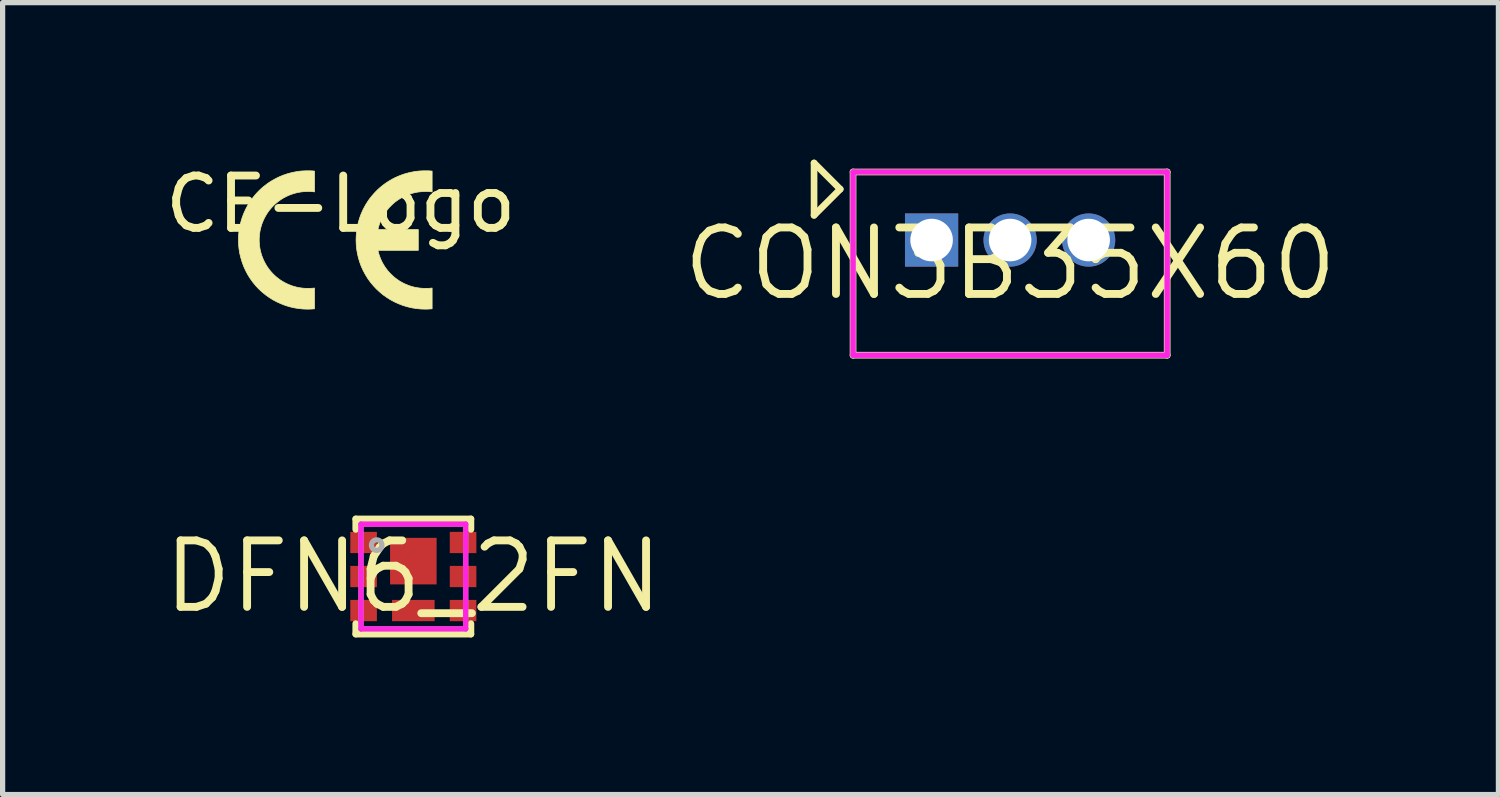
<source format=kicad_pcb>
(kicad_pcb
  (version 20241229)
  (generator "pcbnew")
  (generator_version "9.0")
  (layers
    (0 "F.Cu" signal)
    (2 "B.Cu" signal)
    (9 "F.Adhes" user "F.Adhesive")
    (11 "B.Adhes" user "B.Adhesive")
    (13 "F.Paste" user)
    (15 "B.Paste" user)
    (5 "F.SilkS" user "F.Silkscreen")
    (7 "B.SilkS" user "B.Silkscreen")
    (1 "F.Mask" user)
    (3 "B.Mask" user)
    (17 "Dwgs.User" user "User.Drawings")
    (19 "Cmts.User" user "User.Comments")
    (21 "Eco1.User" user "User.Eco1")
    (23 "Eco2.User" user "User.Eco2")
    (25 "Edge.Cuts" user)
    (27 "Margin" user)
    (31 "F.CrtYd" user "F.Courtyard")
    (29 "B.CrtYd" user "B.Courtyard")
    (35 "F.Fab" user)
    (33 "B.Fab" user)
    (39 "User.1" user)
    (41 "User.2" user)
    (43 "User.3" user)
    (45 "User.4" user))
  (footprint "DFN6_2FN"
    (layer "F.Cu")
    (at 4.845 7.962)
    (property "Reference" "DFN6_2FN" (at 0 0 0) (layer "F.SilkS") (effects (font (size 1.27 1.27) (thickness 0.15))))
    (fp_line (start -1.1 -1.1) (end -1.1 -0.9) (stroke (width 0.127) (type solid)) (layer "F.SilkS"))
    (fp_line (start -1.1 0.9) (end -1.1 1.1) (stroke (width 0.127) (type solid)) (layer "F.SilkS"))
    (fp_line (start -1.1 1.1) (end 1.1 1.1) (stroke (width 0.127) (type solid)) (layer "F.SilkS"))
    (fp_line (start 1.1 -1.1) (end -1.1 -1.1) (stroke (width 0.127) (type solid)) (layer "F.SilkS"))
    (fp_line (start 1.1 -0.9) (end 1.1 -1.1) (stroke (width 0.127) (type solid)) (layer "F.SilkS"))
    (fp_line (start 1.1 1.1) (end 1.1 0.9) (stroke (width 0.127) (type solid)) (layer "F.SilkS"))
    (fp_line (start -1 -1) (end 1 -1) (stroke (width 0.1) (type solid)) (layer "F.CrtYd"))
    (fp_line (start -1 1) (end -1 -1) (stroke (width 0.1) (type solid)) (layer "F.CrtYd"))
    (fp_line (start 1 -1) (end 1 1) (stroke (width 0.1) (type solid)) (layer "F.CrtYd"))
    (fp_line (start 1 1) (end -1 1) (stroke (width 0.1) (type solid)) (layer "F.CrtYd"))
    (fp_line (start -1 -1) (end -1 1) (stroke (width 0.1) (type solid)) (layer "F.Fab"))
    (fp_line (start -1 1) (end 1 1) (stroke (width 0.1) (type solid)) (layer "F.Fab"))
    (fp_line (start 1 -1) (end -1 -1) (stroke (width 0.1) (type solid)) (layer "F.Fab"))
    (fp_line (start 1 1) (end 1 -1) (stroke (width 0.1) (type solid)) (layer "F.Fab"))
    (fp_arc (start -0.799973 -0.600024) (mid -0.600017 -0.600002) (end -0.799973 -0.600024) (stroke (width 0.1) (type solid)) (layer "F.Fab"))
    (pad "1" smd rect (at -0.95 -0.65 90) (size 0.406 0.508) (layers "F.Cu" "F.Mask" "F.Paste"))
    (pad "2" smd rect (at -0.95 0 90) (size 0.406 0.508) (layers "F.Cu" "F.Mask" "F.Paste"))
    (pad "3" smd rect (at -0.95 0.65 90) (size 0.406 0.508) (layers "F.Cu" "F.Mask" "F.Paste"))
    (pad "4" smd rect (at 0.95 0.65 90) (size 0.406 0.508) (layers "F.Cu" "F.Mask" "F.Paste"))
    (pad "5" smd rect (at 0.95 0 90) (size 0.406 0.508) (layers "F.Cu" "F.Mask" "F.Paste"))
    (pad "6" smd rect (at 0.95 -0.65 90) (size 0.406 0.508) (layers "F.Cu" "F.Mask" "F.Paste"))
    (pad "7" smd rect (at 0 -0.294 90) (size 0.889 0.889) (layers "F.Cu" "F.Mask" "F.Paste"))
    (pad "8" smd rect (at 0 0.65 90) (size 0.406 0.813) (layers "F.Cu" "F.Mask" "F.Paste")))
  (footprint "CE-Logo"
    (layer "F.Cu")
    (at 3.458 1.348)
    (property "Reference" "CE-Logo" (at 0 -0.5 0) (unlocked yes) (layer "F.SilkS") (effects (font (size 1 1) (thickness 0.15))))
    (attr exclude_from_pos_files exclude_from_bom)
    (fp_poly (pts (xy 1.746 1.5) (xy 1.73 1.502) (xy 1.713 1.503) (xy 1.697 1.504) (xy 1.68 1.505) (xy 1.664 1.506) (xy 1.647 1.506) (xy 1.631 1.507) (xy 1.614 1.507) (xy 1.526 1.504) (xy 1.439 1.495) (xy 1.354 1.481) (xy 1.27 1.461) (xy 1.187 1.436) (xy 1.107 1.405) (xy 1.029 1.37) (xy 0.954 1.33) (xy 0.881 1.284) (xy 0.811 1.235) (xy 0.745 1.18) (xy 0.682 1.122) (xy 0.623 1.059) (xy 0.567 0.992) (xy 0.516 0.921) (xy 0.47 0.846) (xy 0.428 0.768) (xy 0.392 0.689) (xy 0.362 0.607) (xy 0.337 0.524) (xy 0.318 0.441) (xy 0.304 0.356) (xy 0.296 0.271) (xy 0.293 0.185) (xy 0.296 0.1) (xy 0.304 0.014) (xy 0.318 -0.07) (xy 0.337 -0.154) (xy 0.362 -0.237) (xy 0.392 -0.318) (xy 0.428 -0.398) (xy 0.47 -0.476) (xy 0.493 -0.513) (xy 0.516 -0.55) (xy 0.541 -0.586) (xy 0.567 -0.621) (xy 0.595 -0.655) (xy 0.623 -0.688) (xy 0.652 -0.72) (xy 0.682 -0.751) (xy 0.713 -0.781) (xy 0.745 -0.81) (xy 0.778 -0.838) (xy 0.811 -0.864) (xy 0.846 -0.89) (xy 0.881 -0.914) (xy 0.917 -0.937) (xy 0.954 -0.959) (xy 0.991 -0.98) (xy 1.029 -1) (xy 1.068 -1.018) (xy 1.107 -1.035) (xy 1.147 -1.051) (xy 1.187 -1.065) (xy 1.228 -1.079) (xy 1.27 -1.09) (xy 1.311 -1.101) (xy 1.354 -1.11) (xy 1.396 -1.118) (xy 1.439 -1.125) (xy 1.483 -1.13) (xy 1.526 -1.133) (xy 1.57 -1.135) (xy 1.614 -1.136) (xy 1.631 -1.136) (xy 1.647 -1.136) (xy 1.664 -1.135) (xy 1.68 -1.135) (xy 1.697 -1.134) (xy 1.713 -1.133) (xy 1.73 -1.131) (xy 1.746 -1.13) (xy 1.746 -0.733) (xy 1.73 -0.735) (xy 1.713 -0.737) (xy 1.697 -0.738) (xy 1.68 -0.739) (xy 1.664 -0.74) (xy 1.647 -0.74) (xy 1.631 -0.74) (xy 1.614 -0.74) (xy 1.574 -0.739) (xy 1.534 -0.736) (xy 1.494 -0.732) (xy 1.455 -0.726) (xy 1.416 -0.718) (xy 1.378 -0.709) (xy 1.34 -0.698) (xy 1.303 -0.686) (xy 1.267 -0.672) (xy 1.231 -0.657) (xy 1.162 -0.622) (xy 1.096 -0.581) (xy 1.034 -0.536) (xy 0.977 -0.485) (xy 0.923 -0.43) (xy 0.874 -0.37) (xy 0.851 -0.338) (xy 0.83 -0.306) (xy 0.81 -0.272) (xy 0.791 -0.238) (xy 0.774 -0.202) (xy 0.758 -0.166) (xy 0.744 -0.129) (xy 0.731 -0.091) (xy 0.72 -0.052) (xy 0.711 -0.013) (xy 1.482 -0.013) (xy 1.482 0.383) (xy 0.711 0.383) (xy 0.72 0.423) (xy 0.731 0.462) (xy 0.744 0.499) (xy 0.758 0.536) (xy 0.774 0.573) (xy 0.791 0.608) (xy 0.81 0.643) (xy 0.83 0.676) (xy 0.851 0.709) (xy 0.874 0.74) (xy 0.898 0.771) (xy 0.923 0.8) (xy 0.949 0.828) (xy 0.977 0.855) (xy 1.005 0.881) (xy 1.034 0.906) (xy 1.065 0.929) (xy 1.096 0.952) (xy 1.129 0.973) (xy 1.162 0.992) (xy 1.196 1.01) (xy 1.231 1.027) (xy 1.267 1.042) (xy 1.303 1.056) (xy 1.34 1.069) (xy 1.378 1.08) (xy 1.416 1.089) (xy 1.455 1.096) (xy 1.494 1.102) (xy 1.534 1.107) (xy 1.574 1.109) (xy 1.614 1.11) (xy 1.631 1.11) (xy 1.647 1.11) (xy 1.664 1.11) (xy 1.68 1.109) (xy 1.697 1.108) (xy 1.713 1.107) (xy 1.73 1.105) (xy 1.746 1.104) (xy 1.746 1.5)) (stroke (width 0.013) (type solid)) (fill yes) (layer "F.SilkS"))
    (fp_poly (pts (xy -0.5 1.5) (xy -0.516 1.502) (xy -0.533 1.503) (xy -0.549 1.504) (xy -0.566 1.505) (xy -0.583 1.506) (xy -0.599 1.506) (xy -0.616 1.507) (xy -0.632 1.507) (xy -0.72 1.504) (xy -0.807 1.495) (xy -0.893 1.481) (xy -0.977 1.461) (xy -1.059 1.436) (xy -1.139 1.405) (xy -1.217 1.37) (xy -1.293 1.33) (xy -1.366 1.284) (xy -1.435 1.235) (xy -1.502 1.18) (xy -1.565 1.122) (xy -1.624 1.059) (xy -1.679 0.992) (xy -1.73 0.921) (xy -1.777 0.846) (xy -1.818 0.768) (xy -1.854 0.689) (xy -1.884 0.607) (xy -1.909 0.524) (xy -1.929 0.441) (xy -1.943 0.356) (xy -1.951 0.271) (xy -1.954 0.185) (xy -1.951 0.1) (xy -1.943 0.014) (xy -1.929 -0.07) (xy -1.909 -0.154) (xy -1.884 -0.237) (xy -1.854 -0.318) (xy -1.818 -0.398) (xy -1.777 -0.476) (xy -1.754 -0.513) (xy -1.73 -0.55) (xy -1.705 -0.586) (xy -1.679 -0.621) (xy -1.652 -0.655) (xy -1.624 -0.688) (xy -1.595 -0.72) (xy -1.565 -0.751) (xy -1.534 -0.781) (xy -1.502 -0.81) (xy -1.469 -0.838) (xy -1.435 -0.864) (xy -1.401 -0.89) (xy -1.366 -0.914) (xy -1.33 -0.937) (xy -1.293 -0.959) (xy -1.255 -0.98) (xy -1.217 -1) (xy -1.179 -1.018) (xy -1.139 -1.035) (xy -1.1 -1.051) (xy -1.059 -1.065) (xy -1.018 -1.079) (xy -0.977 -1.09) (xy -0.935 -1.101) (xy -0.893 -1.11) (xy -0.85 -1.118) (xy -0.807 -1.125) (xy -0.764 -1.13) (xy -0.72 -1.133) (xy -0.676 -1.135) (xy -0.632 -1.136) (xy -0.616 -1.136) (xy -0.599 -1.136) (xy -0.583 -1.135) (xy -0.566 -1.135) (xy -0.549 -1.134) (xy -0.533 -1.133) (xy -0.516 -1.131) (xy -0.5 -1.13) (xy -0.5 -0.733) (xy -0.516 -0.735) (xy -0.533 -0.737) (xy -0.549 -0.738) (xy -0.566 -0.739) (xy -0.582 -0.74) (xy -0.599 -0.74) (xy -0.616 -0.74) (xy -0.632 -0.74) (xy -0.694 -0.738) (xy -0.755 -0.732) (xy -0.815 -0.722) (xy -0.873 -0.708) (xy -0.931 -0.69) (xy -0.987 -0.669) (xy -1.042 -0.644) (xy -1.095 -0.616) (xy -1.146 -0.584) (xy -1.194 -0.549) (xy -1.241 -0.511) (xy -1.285 -0.47) (xy -1.326 -0.426) (xy -1.365 -0.379) (xy -1.401 -0.33) (xy -1.433 -0.277) (xy -1.462 -0.223) (xy -1.487 -0.167) (xy -1.509 -0.11) (xy -1.526 -0.052) (xy -1.54 0.006) (xy -1.549 0.066) (xy -1.555 0.125) (xy -1.557 0.185) (xy -1.555 0.245) (xy -1.549 0.305) (xy -1.54 0.364) (xy -1.526 0.423) (xy -1.509 0.481) (xy -1.487 0.538) (xy -1.462 0.593) (xy -1.433 0.648) (xy -1.417 0.674) (xy -1.401 0.7) (xy -1.383 0.725) (xy -1.365 0.75) (xy -1.346 0.774) (xy -1.326 0.797) (xy -1.306 0.819) (xy -1.285 0.841) (xy -1.263 0.862) (xy -1.241 0.882) (xy -1.218 0.901) (xy -1.194 0.92) (xy -1.17 0.938) (xy -1.146 0.955) (xy -1.12 0.971) (xy -1.095 0.986) (xy -1.068 1.001) (xy -1.042 1.015) (xy -1.015 1.027) (xy -0.987 1.039) (xy -0.959 1.05) (xy -0.931 1.061) (xy -0.902 1.07) (xy -0.873 1.078) (xy -0.844 1.086) (xy -0.815 1.092) (xy -0.785 1.098) (xy -0.755 1.102) (xy -0.724 1.106) (xy -0.694 1.108) (xy -0.663 1.11) (xy -0.632 1.11) (xy -0.616 1.11) (xy -0.599 1.11) (xy -0.582 1.11) (xy -0.566 1.109) (xy -0.549 1.108) (xy -0.533 1.107) (xy -0.516 1.105) (xy -0.5 1.104) (xy -0.5 1.5)) (stroke (width 0.013) (type solid)) (fill yes) (layer "F.SilkS")))
  (footprint "CON3B35X60"
    (layer "F.Cu")
    (at 16.244 1.985)
    (property "Reference" "CON3B35X60" (at 0 0 0) (layer "F.SilkS") (effects (font (size 1.27 1.27) (thickness 0.15))))
    (fp_line (start -3.745 -1.922) (end -3.245 -1.422) (stroke (width 0.127) (type solid)) (layer "F.SilkS"))
    (fp_line (start -3.745 -0.922) (end -3.745 -1.922) (stroke (width 0.127) (type solid)) (layer "F.SilkS"))
    (fp_line (start -3.245 -1.422) (end -3.745 -0.922) (stroke (width 0.127) (type solid)) (layer "F.SilkS"))
    (fp_line (start -3 -1.75) (end 3 -1.75) (stroke (width 0.127) (type solid)) (layer "F.SilkS"))
    (fp_line (start -3 1.75) (end -3 -1.75) (stroke (width 0.127) (type solid)) (layer "F.SilkS"))
    (fp_line (start 3 -1.75) (end 3 1.75) (stroke (width 0.127) (type solid)) (layer "F.SilkS"))
    (fp_line (start 3 1.75) (end -3 1.75) (stroke (width 0.127) (type solid)) (layer "F.SilkS"))
    (fp_line (start -3 -1.75) (end -3 1.75) (stroke (width 0.1) (type solid)) (layer "F.CrtYd"))
    (fp_line (start -3 1.75) (end 3 1.75) (stroke (width 0.1) (type solid)) (layer "F.CrtYd"))
    (fp_line (start 3 -1.75) (end -3 -1.75) (stroke (width 0.1) (type solid)) (layer "F.CrtYd"))
    (fp_line (start 3 1.75) (end 3 -1.75) (stroke (width 0.1) (type solid)) (layer "F.CrtYd"))
    (fp_line (start -3 -1.75) (end 3 -1.75) (stroke (width 0.1) (type solid)) (layer "F.Fab"))
    (fp_line (start -3 1.75) (end -3 -1.75) (stroke (width 0.1) (type solid)) (layer "F.Fab"))
    (fp_line (start 3 -1.75) (end 3 1.75) (stroke (width 0.1) (type solid)) (layer "F.Fab"))
    (fp_line (start 3 1.75) (end -3 1.75) (stroke (width 0.1) (type solid)) (layer "F.Fab"))
    (pad "1" thru_hole rect (at -1.5 -0.45) (size 1.016 1.016) (drill 0.813) (layers "*.Cu" "*.Mask"))
    (pad "2" thru_hole circle (at 0 -0.45) (size 1.016 1.016) (drill 0.813) (layers "*.Cu" "*.Mask"))
    (pad "3" thru_hole circle (at 1.5 -0.45) (size 1.016 1.016) (drill 0.813) (layers "*.Cu" "*.Mask")))
  (gr_rect
    (start -3 -3)
    (end 25.571 12.126)
    (stroke (width 0.1) (type default))
    (fill no)
    (layer "Edge.Cuts")))
</source>
